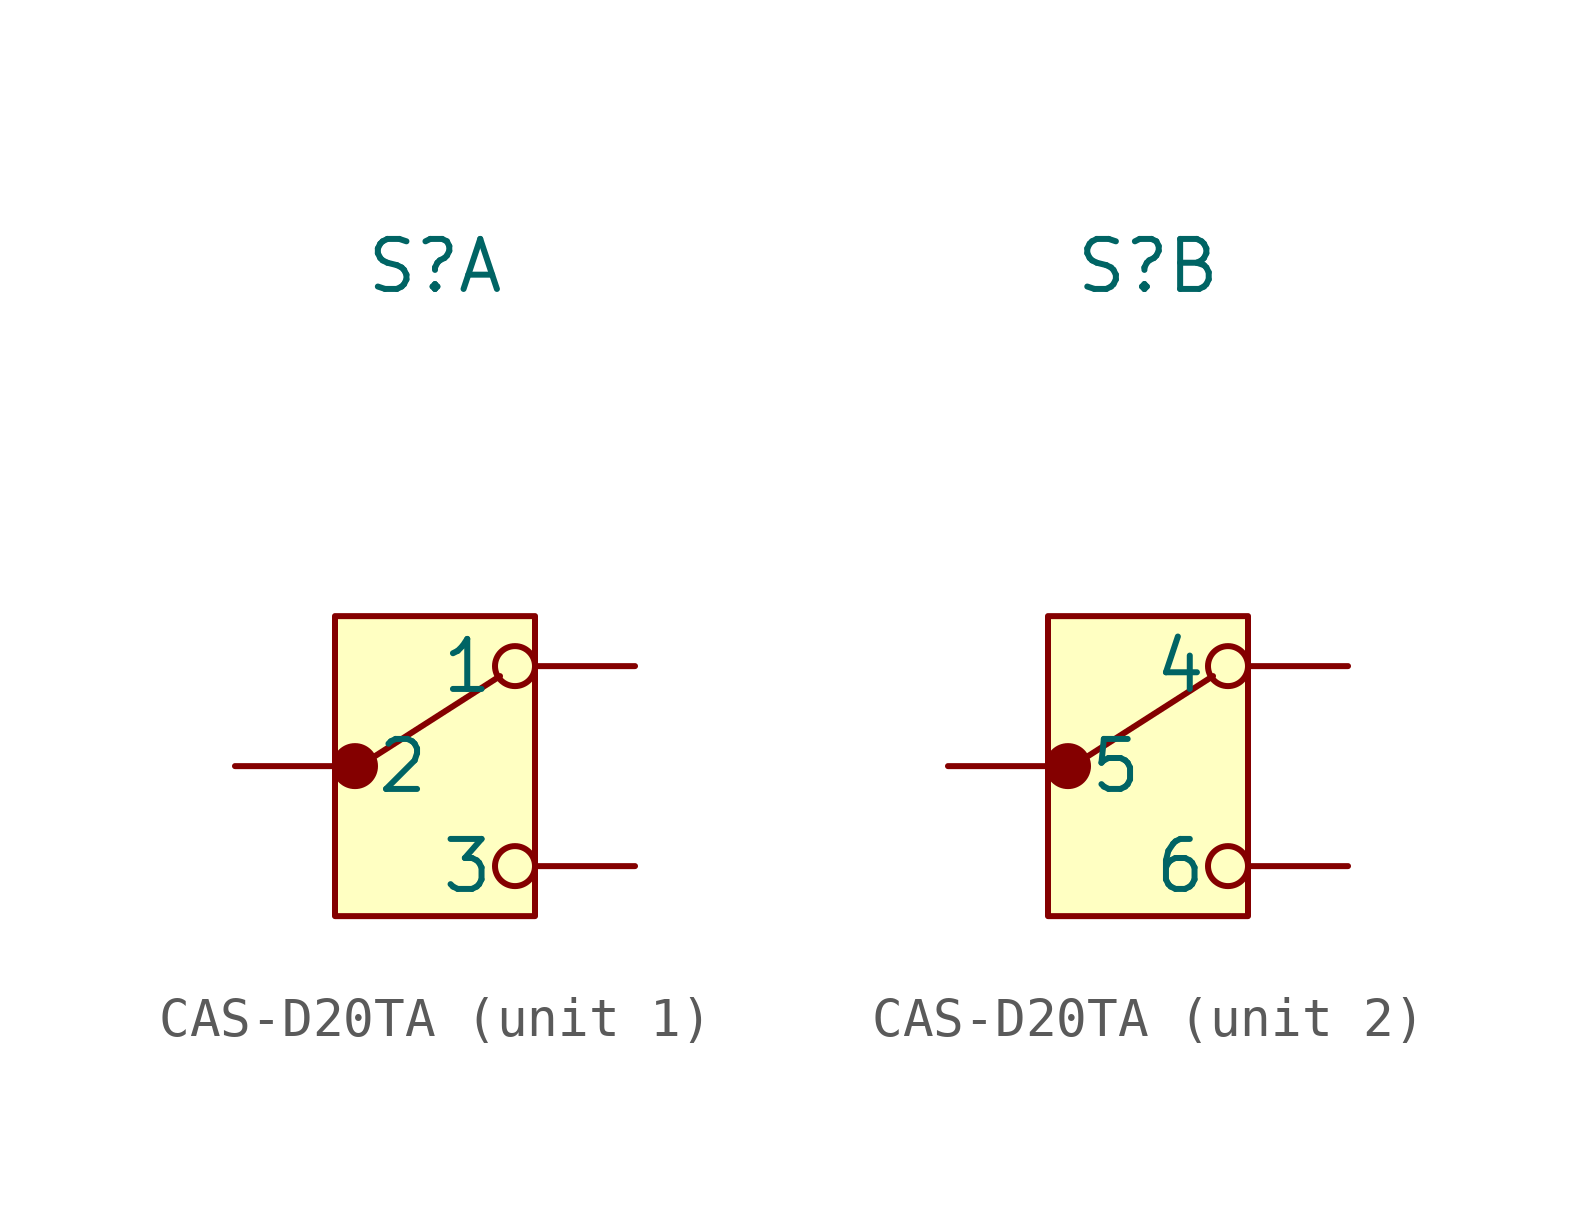
<source format=kicad_sym>
(kicad_symbol_lib
  (version 20211014)
  (generator kicad_symbol_editor)
  (symbol "CAS-D20TA"
    (pin_numbers hide)
    (pin_names
      (offset 1.016))
    (property "Reference" "S"
      (at 0 12.7 0)
      (effects (font (size 1.27 1.27))))
    (property "ki_locked" ""
      (at 0 0 0)
      (effects (font (size 1.27 1.27))))
    (symbol "CAS-D20TA_1_1"
      (circle (center -2.032 0) (radius 0.508) (stroke (width 0) (type default) (color 0 0 0 0)) (fill (type outline)))
      (polyline (pts (xy -1.524 0.254) (xy 1.651 2.286)) (stroke (width 0) (type default) (color 0 0 0 0)) (fill (type none)))
      (circle (center 2.032 -2.54) (radius 0.508) (stroke (width 0) (type default) (color 0 0 0 0)) (fill (type none)))
      (circle (center 2.032 2.54) (radius 0.508) (stroke (width 0) (type default) (color 0 0 0 0)) (fill (type none)))
      (rectangle (start 2.54 -3.81) (end -2.54 3.81) (stroke (width 0) (type default) (color 0 0 0 0)) (fill (type background)))
      (pin passive line (at 5.08 2.54 180) (length 2.54) (name "1" (effects (font (size 1.27 1.27)))) (number "1" (effects (font (size 1.27 1.27)))))
      (pin passive line (at -5.08 0 0) (length 2.54) (name "2" (effects (font (size 1.27 1.27)))) (number "2" (effects (font (size 1.27 1.27)))))
      (pin passive line (at 5.08 -2.54 180) (length 2.54) (name "3" (effects (font (size 1.27 1.27)))) (number "3" (effects (font (size 1.27 1.27))))))
    (symbol "CAS-D20TA_2_1"
      (circle (center -2.032 0) (radius 0.508) (stroke (width 0) (type default) (color 0 0 0 0)) (fill (type outline)))
      (polyline (pts (xy -1.524 0.254) (xy 1.651 2.286)) (stroke (width 0) (type default) (color 0 0 0 0)) (fill (type none)))
      (circle (center 2.032 -2.54) (radius 0.508) (stroke (width 0) (type default) (color 0 0 0 0)) (fill (type none)))
      (circle (center 2.032 2.54) (radius 0.508) (stroke (width 0) (type default) (color 0 0 0 0)) (fill (type none)))
      (rectangle (start 2.54 -3.81) (end -2.54 3.81) (stroke (width 0) (type default) (color 0 0 0 0)) (fill (type background)))
      (pin passive line (at 5.08 2.54 180) (length 2.54) (name "4" (effects (font (size 1.27 1.27)))) (number "4" (effects (font (size 1.27 1.27)))))
      (pin passive line (at -5.08 0 0) (length 2.54) (name "5" (effects (font (size 1.27 1.27)))) (number "5" (effects (font (size 1.27 1.27)))))
      (pin passive line (at 5.08 -2.54 180) (length 2.54) (name "6" (effects (font (size 1.27 1.27)))) (number "6" (effects (font (size 1.27 1.27))))))))
</source>
